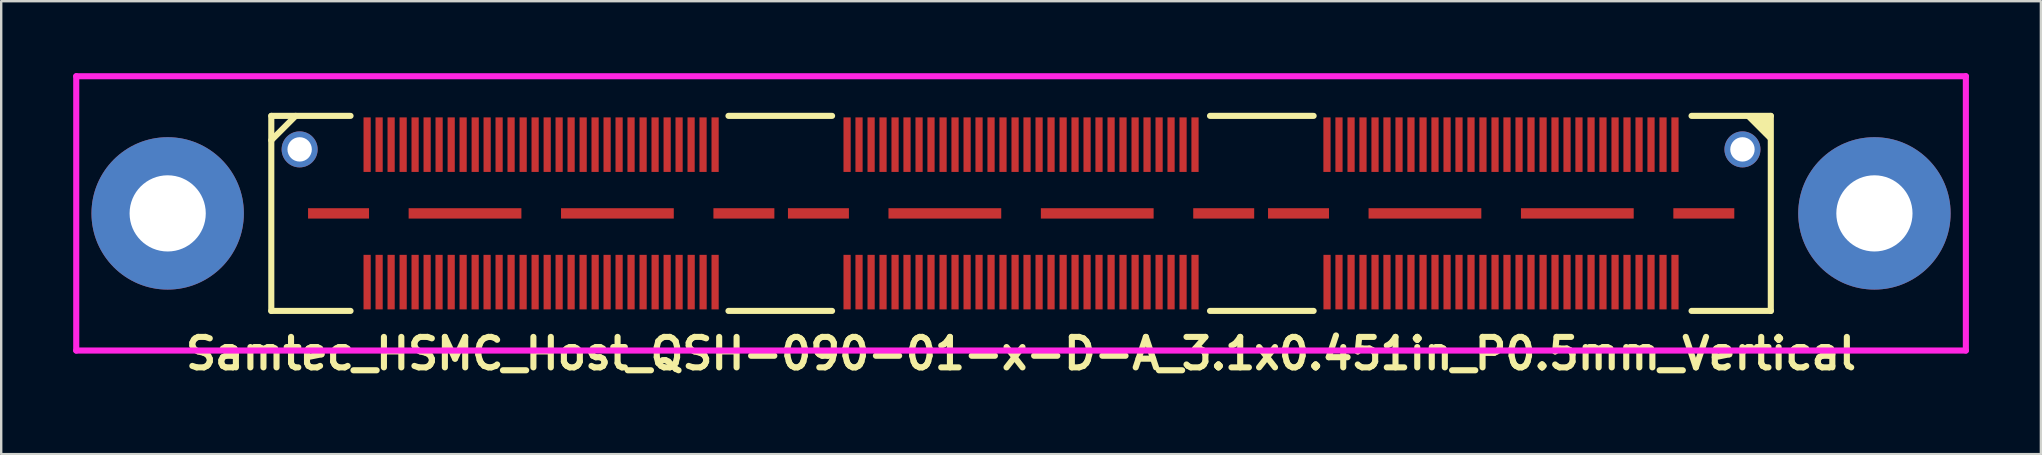
<source format=kicad_pcb>
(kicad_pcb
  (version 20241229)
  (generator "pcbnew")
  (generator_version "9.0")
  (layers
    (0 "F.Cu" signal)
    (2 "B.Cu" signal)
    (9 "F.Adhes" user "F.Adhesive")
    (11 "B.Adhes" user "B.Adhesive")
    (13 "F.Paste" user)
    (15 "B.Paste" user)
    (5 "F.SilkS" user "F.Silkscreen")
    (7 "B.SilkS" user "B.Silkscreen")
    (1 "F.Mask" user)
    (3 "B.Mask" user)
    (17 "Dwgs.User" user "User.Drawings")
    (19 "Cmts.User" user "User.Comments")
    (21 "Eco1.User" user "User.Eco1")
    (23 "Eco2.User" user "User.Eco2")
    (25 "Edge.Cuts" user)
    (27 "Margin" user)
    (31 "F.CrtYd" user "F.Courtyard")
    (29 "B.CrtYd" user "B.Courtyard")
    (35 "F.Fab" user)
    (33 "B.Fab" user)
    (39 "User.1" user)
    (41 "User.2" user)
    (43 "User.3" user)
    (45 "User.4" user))
  (footprint "Samtec_HSMC_Host_QSH-090-01-x-D-A_3.1x0.451in_P0.5mm_Vertical"
    (layer "F.Cu")
    (at 39.497 5.842)
    (property "Reference" "Samtec_HSMC_Host_QSH-090-01-x-D-A_3.1x0.451in_P0.5mm_Vertical" (at 0 5.842 0) (layer "F.SilkS") (effects (font (size 1.27 1.27) (thickness 0.254))))
    (attr smd)
    (fp_line (start -31.242 -4.064) (end -27.94 -4.064) (stroke (width 0.254) (type solid)) (layer "F.SilkS"))
    (fp_line (start -31.242 -3.048) (end -30.226 -4.064) (stroke (width 0.254) (type solid)) (layer "F.SilkS"))
    (fp_line (start -31.242 4.064) (end -31.242 -4.064) (stroke (width 0.254) (type solid)) (layer "F.SilkS"))
    (fp_line (start -31.242 4.064) (end -27.94 4.064) (stroke (width 0.254) (type solid)) (layer "F.SilkS"))
    (fp_line (start -12.192 -4.064) (end -7.874 -4.064) (stroke (width 0.254) (type solid)) (layer "F.SilkS"))
    (fp_line (start -12.192 4.064) (end -7.874 4.064) (stroke (width 0.254) (type solid)) (layer "F.SilkS"))
    (fp_line (start 7.874 -4.064) (end 12.192 -4.064) (stroke (width 0.254) (type solid)) (layer "F.SilkS"))
    (fp_line (start 7.874 4.064) (end 12.192 4.064) (stroke (width 0.254) (type solid)) (layer "F.SilkS"))
    (fp_line (start 27.94 -4.064) (end 31.242 -4.064) (stroke (width 0.254) (type solid)) (layer "F.SilkS"))
    (fp_line (start 27.94 4.064) (end 31.242 4.064) (stroke (width 0.254) (type solid)) (layer "F.SilkS"))
    (fp_line (start 31.242 4.064) (end 31.242 -4.064) (stroke (width 0.254) (type solid)) (layer "F.SilkS"))
    (fp_poly (pts (xy 30.226 -4.064) (xy 31.242 -3.048) (xy 31.242 -4.064)) (stroke (width 0.15) (type solid)) (fill yes) (layer "F.SilkS"))
    (fp_line (start -39.37 -5.715) (end -39.37 5.715) (stroke (width 0.254) (type solid)) (layer "F.CrtYd"))
    (fp_line (start -39.37 -5.715) (end 39.37 -5.715) (stroke (width 0.254) (type solid)) (layer "F.CrtYd"))
    (fp_line (start -39.37 5.715) (end 39.37 5.715) (stroke (width 0.254) (type solid)) (layer "F.CrtYd"))
    (fp_line (start 39.37 -5.715) (end 39.37 5.715) (stroke (width 0.254) (type solid)) (layer "F.CrtYd"))
    (pad "" np_thru_hole circle (at -35.56 0) (size 6.35 6.35) (drill 3.175) (layers "*.Cu" "*.Mask"))
    (pad "" np_thru_hole circle (at -30.061 -2.667) (size 1.501 1.501) (drill 1.016) (layers "*.Cu" "*.Mask"))
    (pad "" smd rect (at -26.249 -2.864) (size 0.3 2.273) (layers "F.Cu" "F.Mask" "F.Paste"))
    (pad "" smd rect (at -26.249 2.864) (size 0.3 2.273) (layers "F.Cu" "F.Mask" "F.Paste"))
    (pad "" smd rect (at -24.749 -2.864) (size 0.3 2.273) (layers "F.Cu" "F.Mask" "F.Paste"))
    (pad "" smd rect (at -24.749 2.864) (size 0.3 2.273) (layers "F.Cu" "F.Mask" "F.Paste"))
    (pad "" smd rect (at -23.249 -2.864) (size 0.3 2.273) (layers "F.Cu" "F.Mask" "F.Paste"))
    (pad "" smd rect (at -23.249 2.864) (size 0.3 2.273) (layers "F.Cu" "F.Mask" "F.Paste"))
    (pad "" smd rect (at -21.749 -2.864) (size 0.3 2.273) (layers "F.Cu" "F.Mask" "F.Paste"))
    (pad "" smd rect (at -21.749 2.864) (size 0.3 2.273) (layers "F.Cu" "F.Mask" "F.Paste"))
    (pad "" smd rect (at -20.249 -2.864) (size 0.3 2.273) (layers "F.Cu" "F.Mask" "F.Paste"))
    (pad "" smd rect (at -20.249 2.864) (size 0.3 2.273) (layers "F.Cu" "F.Mask" "F.Paste"))
    (pad "" smd rect (at -18.749 -2.864) (size 0.3 2.273) (layers "F.Cu" "F.Mask" "F.Paste"))
    (pad "" smd rect (at -18.749 2.864) (size 0.3 2.273) (layers "F.Cu" "F.Mask" "F.Paste"))
    (pad "" smd rect (at -17.249 -2.864) (size 0.3 2.273) (layers "F.Cu" "F.Mask" "F.Paste"))
    (pad "" smd rect (at -17.249 2.864) (size 0.3 2.273) (layers "F.Cu" "F.Mask" "F.Paste"))
    (pad "" smd rect (at -15.749 -2.864) (size 0.3 2.273) (layers "F.Cu" "F.Mask" "F.Paste"))
    (pad "" smd rect (at -15.749 2.864) (size 0.3 2.273) (layers "F.Cu" "F.Mask" "F.Paste"))
    (pad "" smd rect (at -14.249 -2.864) (size 0.3 2.273) (layers "F.Cu" "F.Mask" "F.Paste"))
    (pad "" smd rect (at -14.249 2.864) (size 0.3 2.273) (layers "F.Cu" "F.Mask" "F.Paste"))
    (pad "" smd rect (at -12.749 -2.864) (size 0.3 2.273) (layers "F.Cu" "F.Mask" "F.Paste"))
    (pad "" smd rect (at -12.749 2.864) (size 0.3 2.273) (layers "F.Cu" "F.Mask" "F.Paste"))
    (pad "" np_thru_hole circle (at 30.061 -2.667) (size 1.501 1.501) (drill 1.016) (layers "*.Cu" "*.Mask"))
    (pad "" np_thru_hole circle (at 35.56 0) (size 6.35 6.35) (drill 3.175) (layers "*.Cu" "*.Mask"))
    (pad "1" smd rect (at -27.249 2.864) (size 0.3 2.273) (layers "F.Cu" "F.Mask" "F.Paste"))
    (pad "2" smd rect (at -27.249 -2.864) (size 0.3 2.273) (layers "F.Cu" "F.Mask" "F.Paste"))
    (pad "3" smd rect (at -26.749 2.864) (size 0.3 2.273) (layers "F.Cu" "F.Mask" "F.Paste"))
    (pad "4" smd rect (at -26.749 -2.864) (size 0.3 2.273) (layers "F.Cu" "F.Mask" "F.Paste"))
    (pad "5" smd rect (at -25.748 2.864) (size 0.3 2.273) (layers "F.Cu" "F.Mask" "F.Paste"))
    (pad "6" smd rect (at -25.748 -2.864) (size 0.3 2.273) (layers "F.Cu" "F.Mask" "F.Paste"))
    (pad "7" smd rect (at -25.25 2.864) (size 0.3 2.273) (layers "F.Cu" "F.Mask" "F.Paste"))
    (pad "8" smd rect (at -25.25 -2.864) (size 0.3 2.273) (layers "F.Cu" "F.Mask" "F.Paste"))
    (pad "9" smd rect (at -24.252 2.864) (size 0.3 2.273) (layers "F.Cu" "F.Mask" "F.Paste"))
    (pad "10" smd rect (at -24.249 -2.864) (size 0.3 2.273) (layers "F.Cu" "F.Mask" "F.Paste"))
    (pad "11" smd rect (at -23.746 2.864) (size 0.3 2.273) (layers "F.Cu" "F.Mask" "F.Paste"))
    (pad "12" smd rect (at -23.746 -2.864) (size 0.3 2.273) (layers "F.Cu" "F.Mask" "F.Paste"))
    (pad "13" smd rect (at -22.748 2.864) (size 0.3 2.273) (layers "F.Cu" "F.Mask" "F.Paste"))
    (pad "14" smd rect (at -22.746 -2.864) (size 0.3 2.273) (layers "F.Cu" "F.Mask" "F.Paste"))
    (pad "15" smd rect (at -22.25 2.864) (size 0.3 2.273) (layers "F.Cu" "F.Mask" "F.Paste"))
    (pad "16" smd rect (at -22.248 -2.864) (size 0.3 2.273) (layers "F.Cu" "F.Mask" "F.Paste"))
    (pad "17" smd rect (at -21.25 2.864) (size 0.3 2.273) (layers "F.Cu" "F.Mask" "F.Paste"))
    (pad "18" smd rect (at -21.25 -2.864) (size 0.3 2.273) (layers "F.Cu" "F.Mask" "F.Paste"))
    (pad "19" smd rect (at -20.749 2.864) (size 0.3 2.273) (layers "F.Cu" "F.Mask" "F.Paste"))
    (pad "20" smd rect (at -20.747 -2.864) (size 0.3 2.273) (layers "F.Cu" "F.Mask" "F.Paste"))
    (pad "21" smd rect (at -19.746 2.864) (size 0.3 2.273) (layers "F.Cu" "F.Mask" "F.Paste"))
    (pad "22" smd rect (at -19.746 -2.864) (size 0.3 2.273) (layers "F.Cu" "F.Mask" "F.Paste"))
    (pad "23" smd rect (at -19.248 2.864) (size 0.3 2.273) (layers "F.Cu" "F.Mask" "F.Paste"))
    (pad "24" smd rect (at -19.248 -2.864) (size 0.3 2.273) (layers "F.Cu" "F.Mask" "F.Paste"))
    (pad "25" smd rect (at -18.25 2.864) (size 0.3 2.273) (layers "F.Cu" "F.Mask" "F.Paste"))
    (pad "26" smd rect (at -18.247 -2.864) (size 0.3 2.273) (layers "F.Cu" "F.Mask" "F.Paste"))
    (pad "27" smd rect (at -17.747 2.864) (size 0.3 2.273) (layers "F.Cu" "F.Mask" "F.Paste"))
    (pad "28" smd rect (at -17.75 -2.864) (size 0.3 2.273) (layers "F.Cu" "F.Mask" "F.Paste"))
    (pad "29" smd rect (at -16.749 2.864) (size 0.3 2.273) (layers "F.Cu" "F.Mask" "F.Paste"))
    (pad "30" smd rect (at -16.749 -2.864) (size 0.3 2.273) (layers "F.Cu" "F.Mask" "F.Paste"))
    (pad "31" smd rect (at -16.251 2.864) (size 0.3 2.273) (layers "F.Cu" "F.Mask" "F.Paste"))
    (pad "32" smd rect (at -16.251 -2.864) (size 0.3 2.273) (layers "F.Cu" "F.Mask" "F.Paste"))
    (pad "33" smd rect (at -15.248 2.864) (size 0.3 2.273) (layers "F.Cu" "F.Mask" "F.Paste"))
    (pad "34" smd rect (at -15.25 -2.864) (size 0.3 2.273) (layers "F.Cu" "F.Mask" "F.Paste"))
    (pad "35" smd rect (at -14.747 2.864) (size 0.3 2.273) (layers "F.Cu" "F.Mask" "F.Paste"))
    (pad "36" smd rect (at -14.747 -2.864) (size 0.3 2.273) (layers "F.Cu" "F.Mask" "F.Paste"))
    (pad "37" smd rect (at -13.746 2.864) (size 0.3 2.273) (layers "F.Cu" "F.Mask" "F.Paste"))
    (pad "38" smd rect (at -13.749 -2.864) (size 0.3 2.273) (layers "F.Cu" "F.Mask" "F.Paste"))
    (pad "39" smd rect (at -13.249 2.864) (size 0.3 2.273) (layers "F.Cu" "F.Mask" "F.Paste"))
    (pad "40" smd rect (at -13.251 -2.864) (size 0.3 2.273) (layers "F.Cu" "F.Mask" "F.Paste"))
    (pad "41" smd rect (at -7.249 2.864) (size 0.3 2.273) (layers "F.Cu" "F.Mask" "F.Paste"))
    (pad "42" smd rect (at -7.249 -2.864) (size 0.3 2.273) (layers "F.Cu" "F.Mask" "F.Paste"))
    (pad "43" smd rect (at -6.751 2.864) (size 0.3 2.273) (layers "F.Cu" "F.Mask" "F.Paste"))
    (pad "44" smd rect (at -6.751 -2.864) (size 0.3 2.273) (layers "F.Cu" "F.Mask" "F.Paste"))
    (pad "45" smd rect (at -6.248 2.864) (size 0.3 2.273) (layers "F.Cu" "F.Mask" "F.Paste"))
    (pad "46" smd rect (at -6.248 -2.864) (size 0.3 2.273) (layers "F.Cu" "F.Mask" "F.Paste"))
    (pad "47" smd rect (at -5.751 2.864) (size 0.3 2.273) (layers "F.Cu" "F.Mask" "F.Paste"))
    (pad "48" smd rect (at -5.751 -2.864) (size 0.3 2.273) (layers "F.Cu" "F.Mask" "F.Paste"))
    (pad "49" smd rect (at -5.25 2.864) (size 0.3 2.273) (layers "F.Cu" "F.Mask" "F.Paste"))
    (pad "50" smd rect (at -5.25 -2.864) (size 0.3 2.273) (layers "F.Cu" "F.Mask" "F.Paste"))
    (pad "51" smd rect (at -4.752 2.864) (size 0.3 2.273) (layers "F.Cu" "F.Mask" "F.Paste"))
    (pad "52" smd rect (at -4.752 -2.864) (size 0.3 2.273) (layers "F.Cu" "F.Mask" "F.Paste"))
    (pad "53" smd rect (at -4.249 2.864) (size 0.3 2.273) (layers "F.Cu" "F.Mask" "F.Paste"))
    (pad "54" smd rect (at -4.249 -2.864) (size 0.3 2.273) (layers "F.Cu" "F.Mask" "F.Paste"))
    (pad "55" smd rect (at -3.752 2.864) (size 0.3 2.273) (layers "F.Cu" "F.Mask" "F.Paste"))
    (pad "56" smd rect (at -3.752 -2.864) (size 0.3 2.273) (layers "F.Cu" "F.Mask" "F.Paste"))
    (pad "57" smd rect (at -3.249 2.864) (size 0.3 2.273) (layers "F.Cu" "F.Mask" "F.Paste"))
    (pad "58" smd rect (at -3.249 -2.864) (size 0.3 2.273) (layers "F.Cu" "F.Mask" "F.Paste"))
    (pad "59" smd rect (at -2.751 2.864) (size 0.3 2.273) (layers "F.Cu" "F.Mask" "F.Paste"))
    (pad "60" smd rect (at -2.751 -2.864) (size 0.3 2.273) (layers "F.Cu" "F.Mask" "F.Paste"))
    (pad "61" smd rect (at -2.248 2.864) (size 0.3 2.273) (layers "F.Cu" "F.Mask" "F.Paste"))
    (pad "62" smd rect (at -2.248 -2.864) (size 0.3 2.273) (layers "F.Cu" "F.Mask" "F.Paste"))
    (pad "63" smd rect (at -1.75 2.864) (size 0.3 2.273) (layers "F.Cu" "F.Mask" "F.Paste"))
    (pad "64" smd rect (at -1.75 -2.864) (size 0.3 2.273) (layers "F.Cu" "F.Mask" "F.Paste"))
    (pad "65" smd rect (at -1.25 2.864) (size 0.3 2.273) (layers "F.Cu" "F.Mask" "F.Paste"))
    (pad "66" smd rect (at -1.25 -2.864) (size 0.3 2.273) (layers "F.Cu" "F.Mask" "F.Paste"))
    (pad "67" smd rect (at -0.752 2.864) (size 0.3 2.273) (layers "F.Cu" "F.Mask" "F.Paste"))
    (pad "68" smd rect (at -0.752 -2.864) (size 0.3 2.273) (layers "F.Cu" "F.Mask" "F.Paste"))
    (pad "69" smd rect (at -0.249 2.864) (size 0.3 2.273) (layers "F.Cu" "F.Mask" "F.Paste"))
    (pad "70" smd rect (at -0.249 -2.864) (size 0.3 2.273) (layers "F.Cu" "F.Mask" "F.Paste"))
    (pad "71" smd rect (at 0.249 2.864) (size 0.3 2.273) (layers "F.Cu" "F.Mask" "F.Paste"))
    (pad "72" smd rect (at 0.249 -2.864) (size 0.3 2.273) (layers "F.Cu" "F.Mask" "F.Paste"))
    (pad "73" smd rect (at 0.752 2.864) (size 0.3 2.273) (layers "F.Cu" "F.Mask" "F.Paste"))
    (pad "74" smd rect (at 0.752 -2.864) (size 0.3 2.273) (layers "F.Cu" "F.Mask" "F.Paste"))
    (pad "75" smd rect (at 1.25 2.864) (size 0.3 2.273) (layers "F.Cu" "F.Mask" "F.Paste"))
    (pad "76" smd rect (at 1.25 -2.864) (size 0.3 2.273) (layers "F.Cu" "F.Mask" "F.Paste"))
    (pad "77" smd rect (at 1.753 2.864) (size 0.3 2.273) (layers "F.Cu" "F.Mask" "F.Paste"))
    (pad "78" smd rect (at 1.753 -2.864) (size 0.3 2.273) (layers "F.Cu" "F.Mask" "F.Paste"))
    (pad "79" smd rect (at 2.25 2.864) (size 0.3 2.273) (layers "F.Cu" "F.Mask" "F.Paste"))
    (pad "80" smd rect (at 2.25 -2.864) (size 0.3 2.273) (layers "F.Cu" "F.Mask" "F.Paste"))
    (pad "81" smd rect (at 2.751 2.864) (size 0.3 2.273) (layers "F.Cu" "F.Mask" "F.Paste"))
    (pad "82" smd rect (at 2.751 -2.864) (size 0.3 2.273) (layers "F.Cu" "F.Mask" "F.Paste"))
    (pad "83" smd rect (at 3.249 2.864) (size 0.3 2.273) (layers "F.Cu" "F.Mask" "F.Paste"))
    (pad "84" smd rect (at 3.249 -2.864) (size 0.3 2.273) (layers "F.Cu" "F.Mask" "F.Paste"))
    (pad "85" smd rect (at 3.752 2.864) (size 0.3 2.273) (layers "F.Cu" "F.Mask" "F.Paste"))
    (pad "86" smd rect (at 3.752 -2.864) (size 0.3 2.273) (layers "F.Cu" "F.Mask" "F.Paste"))
    (pad "87" smd rect (at 4.249 2.864) (size 0.3 2.273) (layers "F.Cu" "F.Mask" "F.Paste"))
    (pad "88" smd rect (at 4.249 -2.864) (size 0.3 2.273) (layers "F.Cu" "F.Mask" "F.Paste"))
    (pad "89" smd rect (at 4.752 2.864) (size 0.3 2.273) (layers "F.Cu" "F.Mask" "F.Paste"))
    (pad "90" smd rect (at 4.752 -2.864) (size 0.3 2.273) (layers "F.Cu" "F.Mask" "F.Paste"))
    (pad "91" smd rect (at 5.25 2.864) (size 0.3 2.273) (layers "F.Cu" "F.Mask" "F.Paste"))
    (pad "92" smd rect (at 5.25 -2.864) (size 0.3 2.273) (layers "F.Cu" "F.Mask" "F.Paste"))
    (pad "93" smd rect (at 5.753 2.864) (size 0.3 2.273) (layers "F.Cu" "F.Mask" "F.Paste"))
    (pad "94" smd rect (at 5.753 -2.864) (size 0.3 2.273) (layers "F.Cu" "F.Mask" "F.Paste"))
    (pad "95" smd rect (at 6.251 2.864) (size 0.3 2.273) (layers "F.Cu" "F.Mask" "F.Paste"))
    (pad "96" smd rect (at 6.251 -2.864) (size 0.3 2.273) (layers "F.Cu" "F.Mask" "F.Paste"))
    (pad "97" smd rect (at 6.751 2.864) (size 0.3 2.273) (layers "F.Cu" "F.Mask" "F.Paste"))
    (pad "98" smd rect (at 6.751 -2.864) (size 0.3 2.273) (layers "F.Cu" "F.Mask" "F.Paste"))
    (pad "99" smd rect (at 7.249 2.864) (size 0.3 2.273) (layers "F.Cu" "F.Mask" "F.Paste"))
    (pad "100" smd rect (at 7.249 -2.864) (size 0.3 2.273) (layers "F.Cu" "F.Mask" "F.Paste"))
    (pad "101" smd rect (at 12.751 2.864) (size 0.3 2.273) (layers "F.Cu" "F.Mask" "F.Paste"))
    (pad "102" smd rect (at 12.748 -2.864) (size 0.3 2.273) (layers "F.Cu" "F.Mask" "F.Paste"))
    (pad "103" smd rect (at 13.249 2.864) (size 0.3 2.273) (layers "F.Cu" "F.Mask" "F.Paste"))
    (pad "104" smd rect (at 13.249 -2.864) (size 0.3 2.273) (layers "F.Cu" "F.Mask" "F.Paste"))
    (pad "105" smd rect (at 13.752 2.864) (size 0.3 2.273) (layers "F.Cu" "F.Mask" "F.Paste"))
    (pad "106" smd rect (at 13.752 -2.864) (size 0.3 2.273) (layers "F.Cu" "F.Mask" "F.Paste"))
    (pad "107" smd rect (at 14.249 2.864) (size 0.3 2.273) (layers "F.Cu" "F.Mask" "F.Paste"))
    (pad "108" smd rect (at 14.249 -2.864) (size 0.3 2.273) (layers "F.Cu" "F.Mask" "F.Paste"))
    (pad "109" smd rect (at 14.75 2.864) (size 0.3 2.273) (layers "F.Cu" "F.Mask" "F.Paste"))
    (pad "110" smd rect (at 14.75 -2.864) (size 0.3 2.273) (layers "F.Cu" "F.Mask" "F.Paste"))
    (pad "111" smd rect (at 15.248 2.864) (size 0.3 2.273) (layers "F.Cu" "F.Mask" "F.Paste"))
    (pad "112" smd rect (at 15.248 -2.864) (size 0.3 2.273) (layers "F.Cu" "F.Mask" "F.Paste"))
    (pad "113" smd rect (at 15.751 2.864) (size 0.3 2.273) (layers "F.Cu" "F.Mask" "F.Paste"))
    (pad "114" smd rect (at 15.751 -2.864) (size 0.3 2.273) (layers "F.Cu" "F.Mask" "F.Paste"))
    (pad "115" smd rect (at 16.248 2.864) (size 0.3 2.273) (layers "F.Cu" "F.Mask" "F.Paste"))
    (pad "116" smd rect (at 16.248 -2.864) (size 0.3 2.273) (layers "F.Cu" "F.Mask" "F.Paste"))
    (pad "117" smd rect (at 16.751 2.864) (size 0.3 2.273) (layers "F.Cu" "F.Mask" "F.Paste"))
    (pad "118" smd rect (at 16.751 -2.864) (size 0.3 2.273) (layers "F.Cu" "F.Mask" "F.Paste"))
    (pad "119" smd rect (at 17.249 2.864) (size 0.3 2.273) (layers "F.Cu" "F.Mask" "F.Paste"))
    (pad "120" smd rect (at 17.249 -2.864) (size 0.3 2.273) (layers "F.Cu" "F.Mask" "F.Paste"))
    (pad "121" smd rect (at 17.752 2.864) (size 0.3 2.273) (layers "F.Cu" "F.Mask" "F.Paste"))
    (pad "122" smd rect (at 17.752 -2.864) (size 0.3 2.273) (layers "F.Cu" "F.Mask" "F.Paste"))
    (pad "123" smd rect (at 18.25 2.864) (size 0.3 2.273) (layers "F.Cu" "F.Mask" "F.Paste"))
    (pad "124" smd rect (at 18.25 -2.864) (size 0.3 2.273) (layers "F.Cu" "F.Mask" "F.Paste"))
    (pad "125" smd rect (at 18.75 2.864) (size 0.3 2.273) (layers "F.Cu" "F.Mask" "F.Paste"))
    (pad "126" smd rect (at 18.75 -2.864) (size 0.3 2.273) (layers "F.Cu" "F.Mask" "F.Paste"))
    (pad "127" smd rect (at 19.248 2.864) (size 0.3 2.273) (layers "F.Cu" "F.Mask" "F.Paste"))
    (pad "128" smd rect (at 19.248 -2.864) (size 0.3 2.273) (layers "F.Cu" "F.Mask" "F.Paste"))
    (pad "129" smd rect (at 19.751 2.864) (size 0.3 2.273) (layers "F.Cu" "F.Mask" "F.Paste"))
    (pad "130" smd rect (at 19.751 -2.864) (size 0.3 2.273) (layers "F.Cu" "F.Mask" "F.Paste"))
    (pad "131" smd rect (at 20.249 2.864) (size 0.3 2.273) (layers "F.Cu" "F.Mask" "F.Paste"))
    (pad "132" smd rect (at 20.249 -2.864) (size 0.3 2.273) (layers "F.Cu" "F.Mask" "F.Paste"))
    (pad "133" smd rect (at 20.752 2.864) (size 0.3 2.273) (layers "F.Cu" "F.Mask" "F.Paste"))
    (pad "134" smd rect (at 20.752 -2.864) (size 0.3 2.273) (layers "F.Cu" "F.Mask" "F.Paste"))
    (pad "135" smd rect (at 21.25 2.864) (size 0.3 2.273) (layers "F.Cu" "F.Mask" "F.Paste"))
    (pad "136" smd rect (at 21.25 -2.864) (size 0.3 2.273) (layers "F.Cu" "F.Mask" "F.Paste"))
    (pad "137" smd rect (at 21.753 2.864) (size 0.3 2.273) (layers "F.Cu" "F.Mask" "F.Paste"))
    (pad "138" smd rect (at 21.753 -2.864) (size 0.3 2.273) (layers "F.Cu" "F.Mask" "F.Paste"))
    (pad "139" smd rect (at 22.25 2.864) (size 0.3 2.273) (layers "F.Cu" "F.Mask" "F.Paste"))
    (pad "140" smd rect (at 22.25 -2.864) (size 0.3 2.273) (layers "F.Cu" "F.Mask" "F.Paste"))
    (pad "141" smd rect (at 22.751 2.864) (size 0.3 2.273) (layers "F.Cu" "F.Mask" "F.Paste"))
    (pad "142" smd rect (at 22.751 -2.864) (size 0.3 2.273) (layers "F.Cu" "F.Mask" "F.Paste"))
    (pad "143" smd rect (at 23.249 2.864) (size 0.3 2.273) (layers "F.Cu" "F.Mask" "F.Paste"))
    (pad "144" smd rect (at 23.249 -2.864) (size 0.3 2.273) (layers "F.Cu" "F.Mask" "F.Paste"))
    (pad "145" smd rect (at 23.752 2.864) (size 0.3 2.273) (layers "F.Cu" "F.Mask" "F.Paste"))
    (pad "146" smd rect (at 23.752 -2.864) (size 0.3 2.273) (layers "F.Cu" "F.Mask" "F.Paste"))
    (pad "147" smd rect (at 24.249 2.864) (size 0.3 2.273) (layers "F.Cu" "F.Mask" "F.Paste"))
    (pad "148" smd rect (at 24.249 -2.864) (size 0.3 2.273) (layers "F.Cu" "F.Mask" "F.Paste"))
    (pad "149" smd rect (at 24.752 2.864) (size 0.3 2.273) (layers "F.Cu" "F.Mask" "F.Paste"))
    (pad "150" smd rect (at 24.752 -2.864) (size 0.3 2.273) (layers "F.Cu" "F.Mask" "F.Paste"))
    (pad "151" smd rect (at 25.25 2.864) (size 0.3 2.273) (layers "F.Cu" "F.Mask" "F.Paste"))
    (pad "152" smd rect (at 25.25 -2.864) (size 0.3 2.273) (layers "F.Cu" "F.Mask" "F.Paste"))
    (pad "153" smd rect (at 25.753 2.864) (size 0.3 2.273) (layers "F.Cu" "F.Mask" "F.Paste"))
    (pad "154" smd rect (at 25.753 -2.864) (size 0.3 2.273) (layers "F.Cu" "F.Mask" "F.Paste"))
    (pad "155" smd rect (at 26.251 2.864) (size 0.3 2.273) (layers "F.Cu" "F.Mask" "F.Paste"))
    (pad "156" smd rect (at 26.251 -2.864) (size 0.3 2.273) (layers "F.Cu" "F.Mask" "F.Paste"))
    (pad "157" smd rect (at 26.751 2.864) (size 0.3 2.273) (layers "F.Cu" "F.Mask" "F.Paste"))
    (pad "158" smd rect (at 26.751 -2.864) (size 0.3 2.273) (layers "F.Cu" "F.Mask" "F.Paste"))
    (pad "159" smd rect (at 27.249 2.864) (size 0.3 2.273) (layers "F.Cu" "F.Mask" "F.Paste"))
    (pad "160" smd rect (at 27.249 -2.864) (size 0.3 2.273) (layers "F.Cu" "F.Mask" "F.Paste"))
    (pad "161" smd rect (at -28.44 0) (size 2.54 0.432) (layers "F.Cu" "F.Mask" "F.Paste"))
    (pad "162" smd rect (at -23.17 0) (size 4.699 0.432) (layers "F.Cu" "F.Mask" "F.Paste"))
    (pad "163" smd rect (at -16.82 0) (size 4.699 0.432) (layers "F.Cu" "F.Mask" "F.Paste"))
    (pad "164" smd rect (at -11.549 0) (size 2.54 0.432) (layers "F.Cu" "F.Mask" "F.Paste"))
    (pad "165" smd rect (at -8.443 0) (size 2.54 0.432) (layers "F.Cu" "F.Mask" "F.Paste"))
    (pad "166" smd rect (at -3.175 0) (size 4.699 0.432) (layers "F.Cu" "F.Mask" "F.Paste"))
    (pad "167" smd rect (at 3.175 0) (size 4.699 0.432) (layers "F.Cu" "F.Mask" "F.Paste"))
    (pad "168" smd rect (at 8.445 0) (size 2.54 0.432) (layers "F.Cu" "F.Mask" "F.Paste"))
    (pad "169" smd rect (at 11.562 0) (size 2.54 0.432) (layers "F.Cu" "F.Mask" "F.Paste"))
    (pad "170" smd rect (at 16.83 0) (size 4.699 0.432) (layers "F.Cu" "F.Mask" "F.Paste"))
    (pad "171" smd rect (at 23.18 0) (size 4.699 0.432) (layers "F.Cu" "F.Mask" "F.Paste"))
    (pad "172" smd rect (at 28.451 0) (size 2.54 0.432) (layers "F.Cu" "F.Mask" "F.Paste")))
  (gr_rect
    (start -3 -3)
    (end 81.994 15.873)
    (stroke (width 0.1) (type default))
    (fill no)
    (layer "Edge.Cuts")))
</source>
